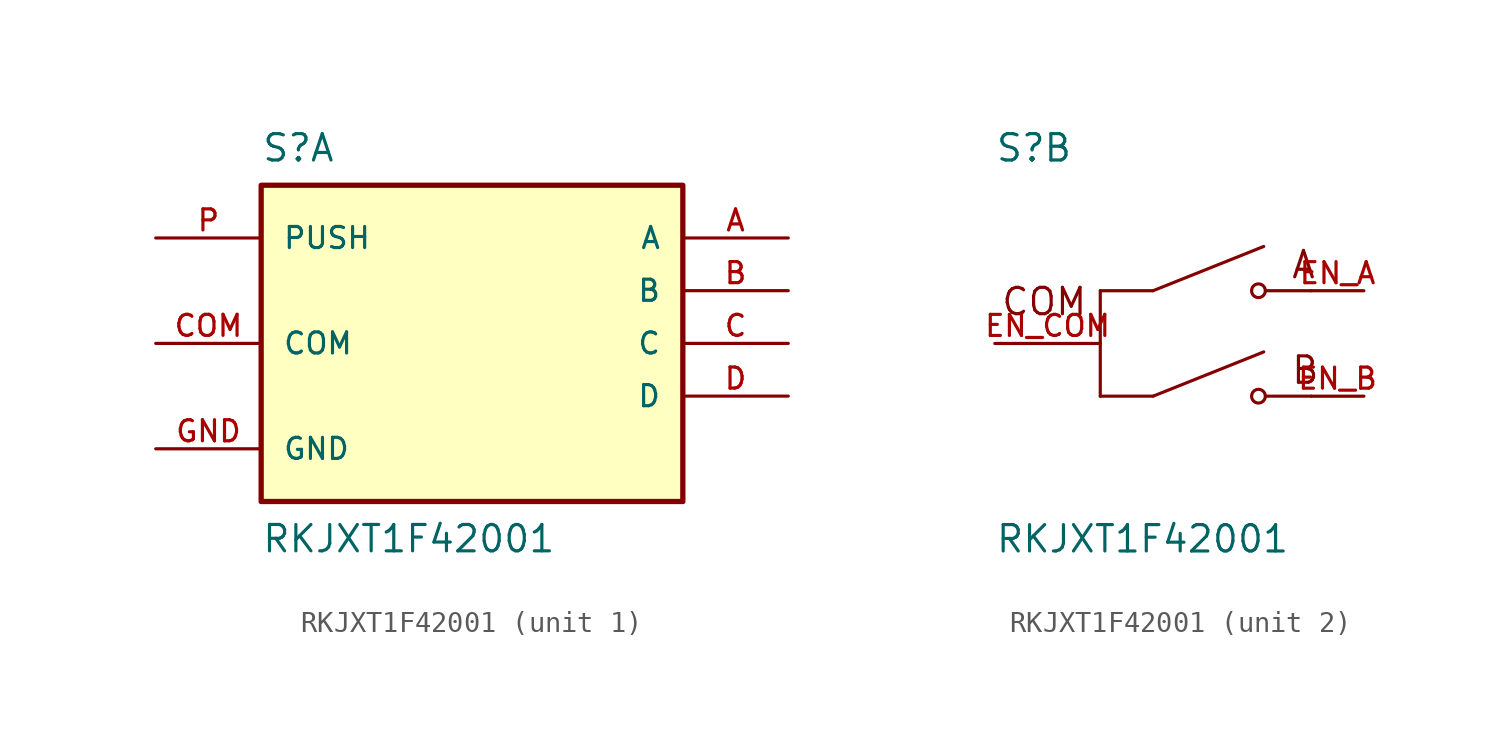
<source format=kicad_sym>
(kicad_symbol_lib
  (version 20231120)
  (generator "kicad_symbol_editor")
  (generator_version "8.0")
  (symbol "RKJXT1F42001"
    (pin_names
      (offset 1.016))
    (property "Reference" "S"
      (at -10.16 10.16 0)
      (effects (font (size 1.27 1.27)) (justify left top)))
    (property "Value" "RKJXT1F42001"
      (at -10.16 -10.16 0)
      (effects (font (size 1.27 1.27)) (justify left bottom)))
    (symbol "RKJXT1F42001_1_0"
      (rectangle (start -10.16 -7.62) (end 10.16 7.62) (stroke (width 0.254) (type default)) (fill (type background)))
      (pin passive line (at 15.24 5.08 180) (length 5.08) (name "A" (effects (font (size 1.016 1.016)))) (number "A" (effects (font (size 1.016 1.016)))))
      (pin passive line (at 15.24 2.54 180) (length 5.08) (name "B" (effects (font (size 1.016 1.016)))) (number "B" (effects (font (size 1.016 1.016)))))
      (pin passive line (at 15.24 0 180) (length 5.08) (name "C" (effects (font (size 1.016 1.016)))) (number "C" (effects (font (size 1.016 1.016)))))
      (pin passive line (at -15.24 0 0) (length 5.08) (name "COM" (effects (font (size 1.016 1.016)))) (number "COM" (effects (font (size 1.016 1.016)))))
      (pin passive line (at 15.24 -2.54 180) (length 5.08) (name "D" (effects (font (size 1.016 1.016)))) (number "D" (effects (font (size 1.016 1.016)))))
      (pin passive line (at -15.24 -5.08 0) (length 5.08) (name "GND" (effects (font (size 1.016 1.016)))) (number "GND" (effects (font (size 1.016 1.016)))))
      (pin passive line (at -15.24 5.08 0) (length 5.08) (name "PUSH" (effects (font (size 1.016 1.016)))) (number "P" (effects (font (size 1.016 1.016))))))
    (symbol "RKJXT1F42001_2_0"
      (polyline (pts (xy -5.08 2.54) (xy -5.08 -2.54)) (stroke (width 0.152) (type default)) (fill (type none)))
      (polyline (pts (xy -2.54 -2.54) (xy -5.08 -2.54)) (stroke (width 0.152) (type default)) (fill (type none)))
      (polyline (pts (xy -2.54 -2.54) (xy 2.794 -0.406)) (stroke (width 0.152) (type default)) (fill (type none)))
      (polyline (pts (xy -2.54 2.54) (xy -5.08 2.54)) (stroke (width 0.152) (type default)) (fill (type none)))
      (polyline (pts (xy -2.54 2.54) (xy 2.794 4.674)) (stroke (width 0.152) (type default)) (fill (type none)))
      (polyline (pts (xy 5.08 -2.54) (xy 2.921 -2.54)) (stroke (width 0.152) (type default)) (fill (type none)))
      (polyline (pts (xy 5.08 2.54) (xy 2.921 2.54)) (stroke (width 0.152) (type default)) (fill (type none)))
      (circle (center 2.54 -2.54) (radius 0.33) (stroke (width 0.152) (type default)) (fill (type none)))
      (circle (center 2.54 2.54) (radius 0.33) (stroke (width 0.152) (type default)) (fill (type none)))
      (text "A" (at 4.064 3.048 0) (effects (font (size 1.27 1.27)) (justify left bottom)))
      (text "B" (at 4.064 -2.032 0) (effects (font (size 1.27 1.27)) (justify left bottom)))
      (text "COM" (at -9.906 1.27 0) (effects (font (size 1.27 1.27)) (justify left bottom)))
      (pin passive line (at 7.62 2.54 180) (length 2.54) (name "~" (effects (font (size 1.016 1.016)))) (number "EN_A" (effects (font (size 1.016 1.016)))))
      (pin passive line (at 7.62 -2.54 180) (length 2.54) (name "~" (effects (font (size 1.016 1.016)))) (number "EN_B" (effects (font (size 1.016 1.016)))))
      (pin passive line (at -10.16 0 0) (length 5.08) (name "~" (effects (font (size 1.016 1.016)))) (number "EN_COM" (effects (font (size 1.016 1.016))))))))
</source>
